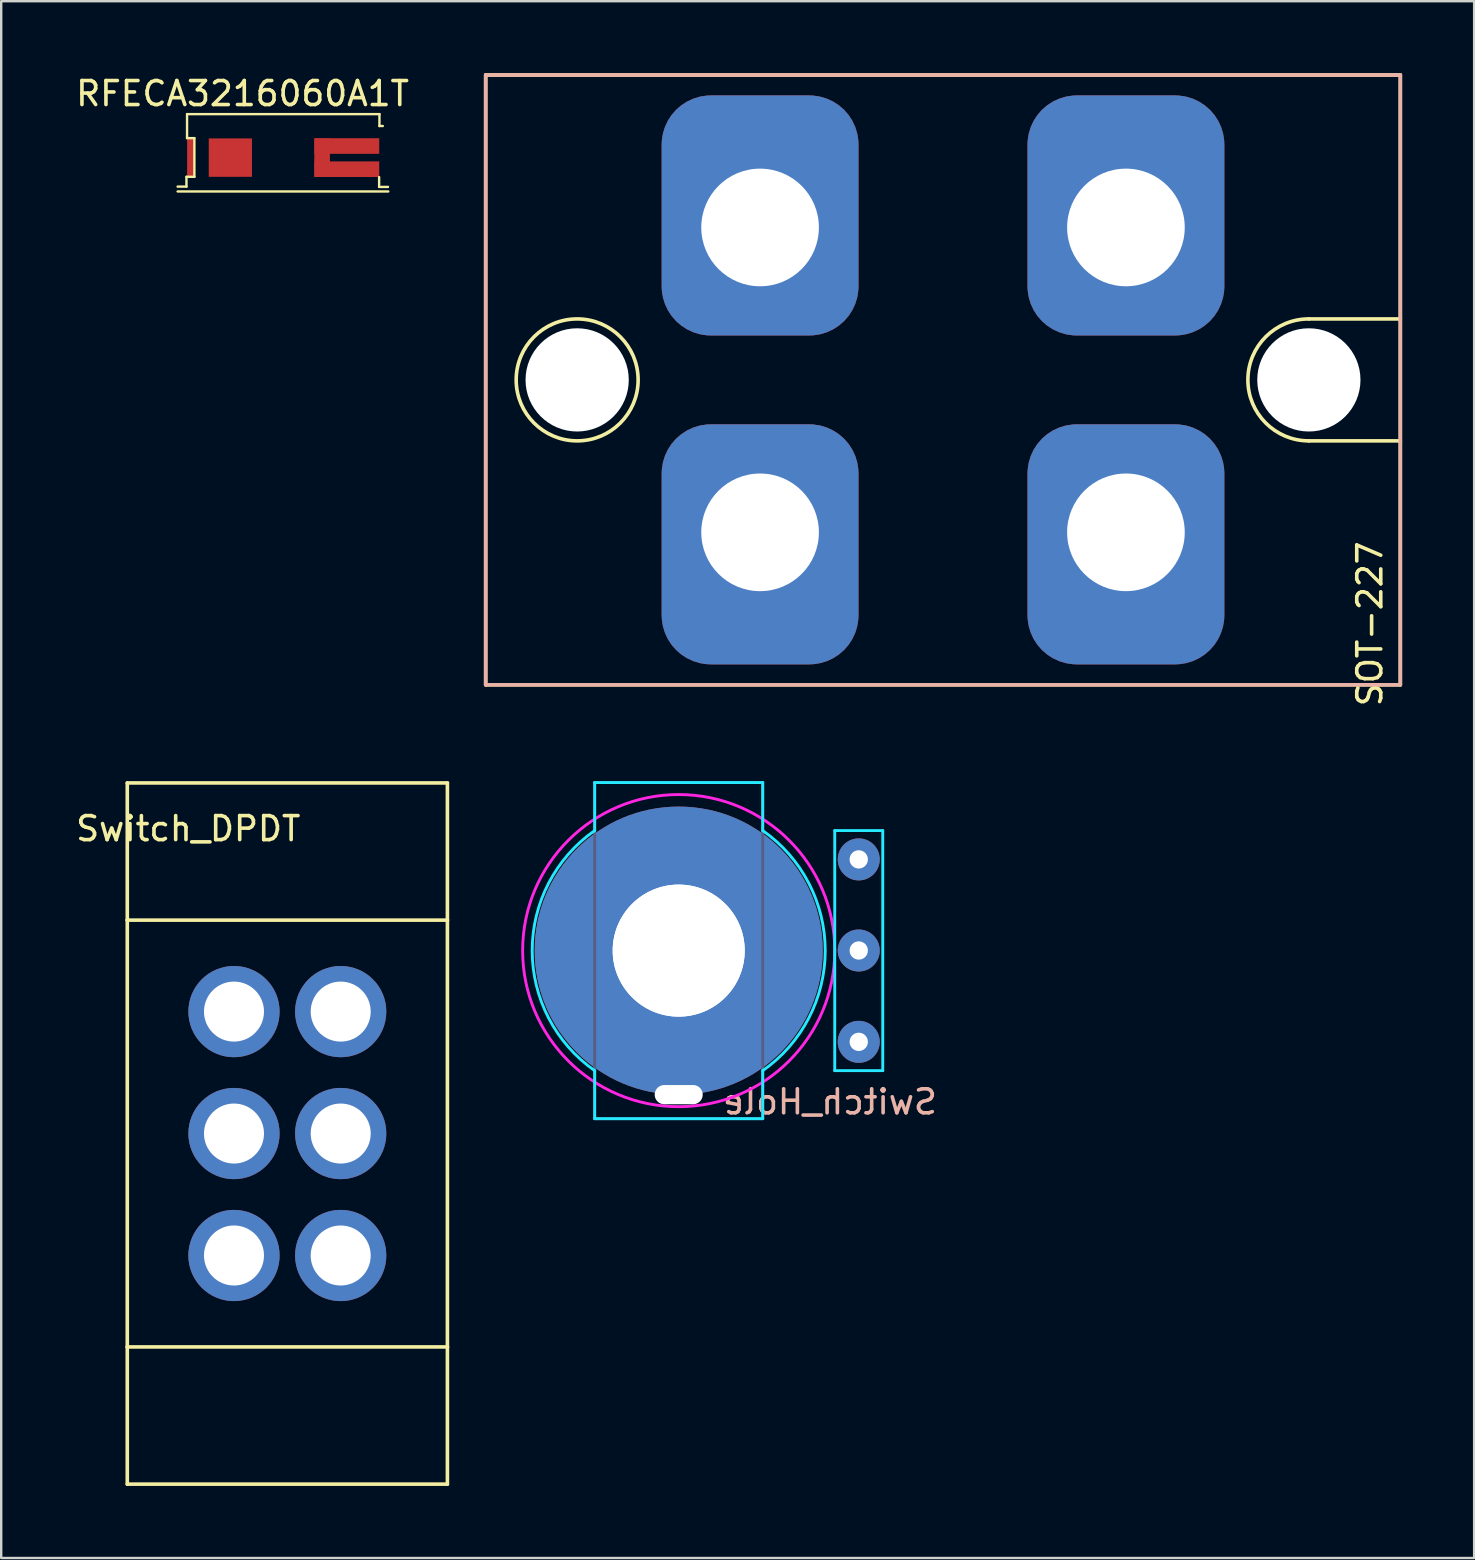
<source format=kicad_pcb>
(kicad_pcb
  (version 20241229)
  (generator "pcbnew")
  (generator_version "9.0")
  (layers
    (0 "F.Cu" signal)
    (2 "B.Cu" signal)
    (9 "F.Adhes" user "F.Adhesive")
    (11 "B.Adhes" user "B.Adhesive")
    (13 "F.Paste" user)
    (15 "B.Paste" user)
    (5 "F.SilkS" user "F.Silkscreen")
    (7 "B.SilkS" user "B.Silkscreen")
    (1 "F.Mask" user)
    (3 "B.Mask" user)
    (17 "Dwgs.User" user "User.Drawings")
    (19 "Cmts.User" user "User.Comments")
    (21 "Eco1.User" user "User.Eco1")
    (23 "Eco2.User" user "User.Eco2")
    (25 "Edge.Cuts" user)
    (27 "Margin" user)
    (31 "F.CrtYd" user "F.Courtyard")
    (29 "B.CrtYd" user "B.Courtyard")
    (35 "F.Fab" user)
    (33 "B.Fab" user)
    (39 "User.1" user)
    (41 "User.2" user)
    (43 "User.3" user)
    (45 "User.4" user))
  (footprint "RFECA3216060A1T"
    (layer "F.Cu")
    (at 8.527 4.9)
    (property "Reference" "RFECA3216060A1T" (at -1.473 -4.051 0) (layer "F.SilkS") (effects (font (size 1 1) (thickness 0.15))))
    (attr through_hole)
    (fp_line (start -4.178 -0.176) (end -3.81 -0.176) (stroke (width 0.1) (type solid)) (layer "F.SilkS"))
    (fp_line (start -3.81 -0.584) (end -3.48 -0.584) (stroke (width 0.1) (type solid)) (layer "F.SilkS"))
    (fp_line (start -3.81 -0.176) (end -3.81 -0.584) (stroke (width 0.1) (type solid)) (layer "F.SilkS"))
    (fp_line (start -3.785 -3.197) (end 4.229 -3.197) (stroke (width 0.1) (type solid)) (layer "F.SilkS"))
    (fp_line (start -3.785 -2.197) (end -3.785 -3.197) (stroke (width 0.1) (type solid)) (layer "F.SilkS"))
    (fp_line (start -3.48 -2.197) (end -3.785 -2.197) (stroke (width 0.1) (type solid)) (layer "F.SilkS"))
    (fp_line (start -3.48 -0.584) (end -3.48 -2.197) (stroke (width 0.1) (type solid)) (layer "F.SilkS"))
    (fp_line (start 4.216 -0.164) (end 4.216 -0.572) (stroke (width 0.1) (type solid)) (layer "F.SilkS"))
    (fp_line (start 4.229 -3.197) (end 4.229 -2.7) (stroke (width 0.1) (type solid)) (layer "F.SilkS"))
    (fp_line (start 4.229 -2.7) (end 4.369 -2.7) (stroke (width 0.1) (type solid)) (layer "F.SilkS"))
    (fp_line (start 4.585 -0.164) (end 4.216 -0.164) (stroke (width 0.1) (type solid)) (layer "F.SilkS"))
    (fp_line (start 4.597 0.025) (end -4.178 0.025) (stroke (width 0.1) (type solid)) (layer "F.SilkS"))
    (pad "" smd rect (at -1.981 -1.384) (size 1.8 1.6) (layers "F.Cu" "F.Mask" "F.Paste"))
    (pad "" smd rect (at 1.841 -1.384 90) (size 1.6 0.65) (layers "F.Cu" "F.Mask" "F.Paste"))
    (pad "1" smd rect (at 2.87 -1.867) (size 2.7 0.65) (layers "F.Cu" "F.Mask" "F.Paste"))
    (pad "2" smd rect (at 2.87 -0.902) (size 2.7 0.65) (layers "F.Cu" "F.Mask" "F.Paste"))
    (pad "3" smd rect (at -3.632 -1.384) (size 0.3 1.6) (layers "F.Cu" "F.Mask" "F.Paste")))
  (footprint "Switch_Hole"
    (layer "F.Cu")
    (at 25.222 36.549)
    (property "Reference" "Switch_Hole" (at 6.3 6.3 0) (layer "B.SilkS") (effects (font (size 1 1) (thickness 0.15)) (justify mirror)))
    (attr through_hole)
    (fp_line (start -3.5 -7) (end 3.5 -7) (stroke (width 0.12) (type solid)) (layer "B.CrtYd"))
    (fp_line (start -3.5 7) (end -3.5 5) (stroke (width 0.12) (type solid)) (layer "B.CrtYd"))
    (fp_line (start -3.5 -7) (end -3.5 -5) (stroke (width 0.12) (type solid)) (layer "B.CrtYd"))
    (fp_line (start 3.5 -7) (end 3.5 -5) (stroke (width 0.12) (type solid)) (layer "B.CrtYd"))
    (fp_line (start 3.5 5) (end 3.5 7) (stroke (width 0.12) (type solid)) (layer "B.CrtYd"))
    (fp_line (start 3.5 7) (end -3.5 7) (stroke (width 0.12) (type solid)) (layer "B.CrtYd"))
    (fp_line (start 6.5 -5) (end 6.5 5) (stroke (width 0.12) (type solid)) (layer "B.CrtYd"))
    (fp_line (start 8.5 -5) (end 6.5 -5) (stroke (width 0.12) (type solid)) (layer "B.CrtYd"))
    (fp_line (start 8.5 -5) (end 8.5 5) (stroke (width 0.12) (type solid)) (layer "B.CrtYd"))
    (fp_line (start 8.5 5) (end 6.5 5) (stroke (width 0.12) (type solid)) (layer "B.CrtYd"))
    (fp_arc (start -3.499999 4.999999) (mid -6.103276 0) (end -3.499999 -4.999999) (stroke (width 0.12) (type solid)) (layer "B.CrtYd"))
    (fp_arc (start 3.499999 -4.999999) (mid 6.103276 0) (end 3.499999 4.999999) (stroke (width 0.12) (type solid)) (layer "B.CrtYd"))
    (fp_circle (center 0 0) (end 0.1 6.5) (stroke (width 0.12) (type solid)) (fill no) (layer "F.CrtYd"))
    (fp_line (start -3.5 -7) (end 3.5 -7) (stroke (width 0.12) (type solid)) (layer "B.Fab"))
    (fp_line (start -3.5 7) (end -3.5 -7) (stroke (width 0.12) (type solid)) (layer "B.Fab"))
    (fp_line (start 3.5 -7) (end 3.5 7) (stroke (width 0.12) (type solid)) (layer "B.Fab"))
    (fp_line (start 3.5 7) (end -3.5 7) (stroke (width 0.12) (type solid)) (layer "B.Fab"))
    (pad "" thru_hole circle (at 0 0) (size 9 9) (drill 5.5) (layers "F.Cu" "F.Mask"))
    (pad "" thru_hole circle (at 0 0) (size 12 12) (drill 5.5) (layers "B.Cu" "B.Mask"))
    (pad "" np_thru_hole oval (at 0 6) (size 2 0.8) (drill oval 2 0.8) (layers "*.Cu" "*.Mask"))
    (pad "1" thru_hole circle (at 7.5 -3.8) (size 1.75 1.75) (drill 0.762) (layers "*.Cu" "B.Mask"))
    (pad "2" thru_hole circle (at 7.5 -0.005) (size 1.75 1.75) (drill 0.762) (layers "*.Cu" "B.Mask"))
    (pad "3" thru_hole circle (at 7.5 3.8) (size 1.75 1.75) (drill 0.762) (layers "*.Cu" "B.Mask")))
  (footprint "Switch_DPDT"
    (layer "F.Cu")
    (at 9.237 35.279)
    (property "Reference" "Switch_DPDT" (at -4.445 -3.81 0) (layer "F.SilkS") (effects (font (size 1 1) (thickness 0.15))))
    (attr through_hole)
    (fp_line (start -6.985 -5.715) (end 6.35 -5.715) (stroke (width 0.15) (type solid)) (layer "F.SilkS"))
    (fp_line (start -6.985 0) (end -6.985 -5.715) (stroke (width 0.15) (type solid)) (layer "F.SilkS"))
    (fp_line (start -6.985 0) (end 6.35 0) (stroke (width 0.15) (type solid)) (layer "F.SilkS"))
    (fp_line (start -6.985 17.78) (end -6.985 0) (stroke (width 0.15) (type solid)) (layer "F.SilkS"))
    (fp_line (start -6.985 23.495) (end -6.985 17.78) (stroke (width 0.15) (type solid)) (layer "F.SilkS"))
    (fp_line (start -6.985 23.495) (end 6.35 23.495) (stroke (width 0.15) (type solid)) (layer "F.SilkS"))
    (fp_line (start 6.35 -5.715) (end 6.35 0) (stroke (width 0.15) (type solid)) (layer "F.SilkS"))
    (fp_line (start 6.35 0) (end 6.35 17.78) (stroke (width 0.15) (type solid)) (layer "F.SilkS"))
    (fp_line (start 6.35 17.78) (end -6.985 17.78) (stroke (width 0.15) (type solid)) (layer "F.SilkS"))
    (fp_line (start 6.35 17.78) (end 6.35 23.495) (stroke (width 0.15) (type solid)) (layer "F.SilkS"))
    (pad "1" thru_hole circle (at -2.54 3.81 90) (size 3.8 3.8) (drill 2.5) (layers "*.Cu" "*.Mask"))
    (pad "2" thru_hole circle (at -2.54 8.89 90) (size 3.8 3.8) (drill 2.5) (layers "*.Cu" "*.Mask"))
    (pad "3" thru_hole circle (at -2.54 13.97 90) (size 3.8 3.8) (drill 2.5) (layers "*.Cu" "*.Mask"))
    (pad "4" thru_hole circle (at 1.905 13.97 90) (size 3.8 3.8) (drill 2.5) (layers "*.Cu" "*.Mask"))
    (pad "5" thru_hole circle (at 1.905 8.89 90) (size 3.8 3.8) (drill 2.5) (layers "*.Cu" "*.Mask"))
    (pad "6" thru_hole circle (at 1.905 3.81 90) (size 3.8 3.8) (drill 2.5) (layers "*.Cu" "*.Mask")))
  (footprint "SOT-227"
    (layer "F.Cu")
    (at 36.232 12.775)
    (property "Reference" "SOT-227" (at 17.78 10.16 90) (layer "F.SilkS") (effects (font (size 1 1) (thickness 0.15))))
    (attr through_hole)
    (fp_line (start -19.05 -12.7) (end 19.05 -12.7) (stroke (width 0.15) (type solid)) (layer "F.SilkS"))
    (fp_line (start -19.05 12.7) (end -19.05 -12.7) (stroke (width 0.15) (type solid)) (layer "F.SilkS"))
    (fp_line (start 19.05 -12.7) (end 19.05 12.7) (stroke (width 0.15) (type solid)) (layer "F.SilkS"))
    (fp_line (start 19.05 -2.54) (end 15.24 -2.54) (stroke (width 0.15) (type solid)) (layer "F.SilkS"))
    (fp_line (start 19.05 2.54) (end 15.24 2.54) (stroke (width 0.15) (type solid)) (layer "F.SilkS"))
    (fp_line (start 19.05 12.7) (end -19.05 12.7) (stroke (width 0.15) (type solid)) (layer "F.SilkS"))
    (fp_arc (start 15.24 2.54) (mid 12.7 0) (end 15.24 -2.54) (stroke (width 0.15) (type solid)) (layer "F.SilkS"))
    (fp_circle (center -15.24 0) (end -12.7 0) (stroke (width 0.15) (type solid)) (fill no) (layer "F.SilkS"))
    (fp_line (start -19.05 -12.7) (end 19.05 -12.7) (stroke (width 0.15) (type solid)) (layer "B.SilkS"))
    (fp_line (start -19.05 12.7) (end -19.05 -12.7) (stroke (width 0.15) (type solid)) (layer "B.SilkS"))
    (fp_line (start 19.05 -12.7) (end 19.05 12.7) (stroke (width 0.15) (type solid)) (layer "B.SilkS"))
    (fp_line (start 19.05 12.7) (end -19.05 12.7) (stroke (width 0.15) (type solid)) (layer "B.SilkS"))
    (pad "" np_thru_hole circle (at -15.24 0) (size 4.3 4.3) (drill 4.3) (layers "*.Cu" "*.Mask"))
    (pad "" np_thru_hole circle (at 15.24 0) (size 4.3 4.3) (drill 4.3) (layers "*.Cu" "*.Mask"))
    (pad "1" thru_hole roundrect (at -7.62 -6.35) (size 8.2 10) (drill 4.9 (offset 0 -0.5)) (layers "*.Cu" "*.Mask") (roundrect_rratio 0.25))
    (pad "2" thru_hole roundrect (at 7.62 -6.35) (size 8.2 10) (drill 4.9 (offset 0 -0.5)) (layers "*.Cu" "*.Mask") (roundrect_rratio 0.25))
    (pad "3" thru_hole roundrect (at 7.62 6.35 180) (size 8.2 10) (drill 4.9 (offset 0 -0.5)) (layers "*.Cu" "*.Mask") (roundrect_rratio 0.25))
    (pad "4" thru_hole roundrect (at -7.62 6.35 180) (size 8.2 10) (drill 4.9 (offset 0 -0.5)) (layers "*.Cu" "*.Mask") (roundrect_rratio 0.25)))
  (gr_rect
    (start -3 -3)
    (end 58.357 61.849)
    (stroke (width 0.1) (type default))
    (fill no)
    (layer "Edge.Cuts")))
</source>
